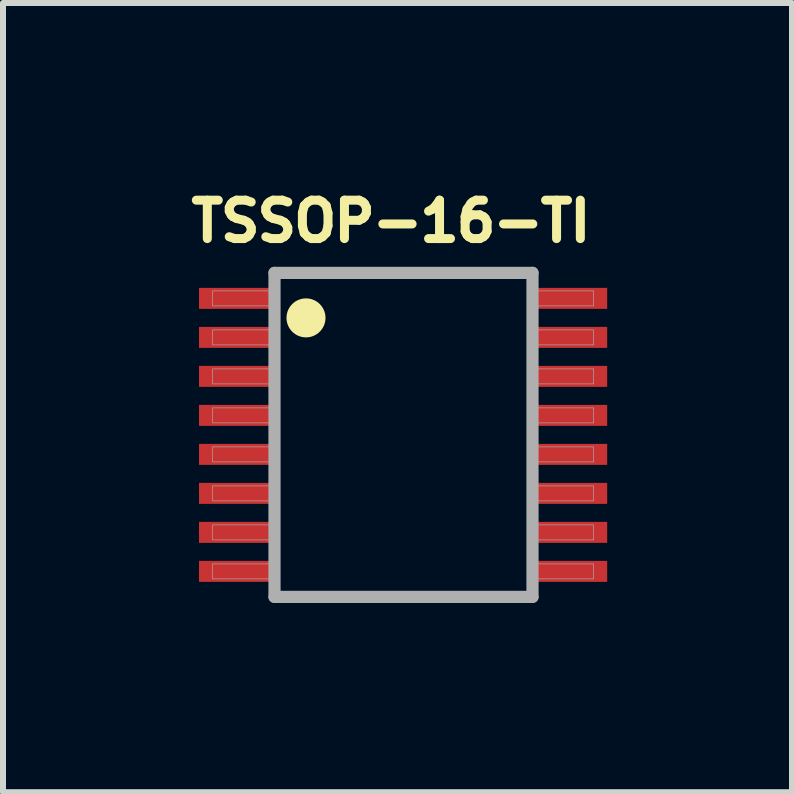
<source format=kicad_pcb>
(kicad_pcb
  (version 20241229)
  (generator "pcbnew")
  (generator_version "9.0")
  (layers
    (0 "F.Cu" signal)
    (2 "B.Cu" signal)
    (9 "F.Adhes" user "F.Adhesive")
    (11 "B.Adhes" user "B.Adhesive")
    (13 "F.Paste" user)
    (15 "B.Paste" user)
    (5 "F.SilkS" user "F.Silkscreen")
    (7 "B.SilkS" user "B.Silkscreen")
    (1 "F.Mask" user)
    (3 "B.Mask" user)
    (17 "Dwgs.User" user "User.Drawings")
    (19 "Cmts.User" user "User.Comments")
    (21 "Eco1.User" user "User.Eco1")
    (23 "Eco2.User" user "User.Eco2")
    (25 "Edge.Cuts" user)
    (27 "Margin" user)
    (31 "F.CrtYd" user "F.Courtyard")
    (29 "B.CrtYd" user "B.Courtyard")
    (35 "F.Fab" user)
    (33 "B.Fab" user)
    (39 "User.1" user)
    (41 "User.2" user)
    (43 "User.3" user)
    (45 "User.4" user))
  (footprint "TSSOP-16-TI"
    (layer "F.Cu")
    (at 3.675 4.198)
    (property "Reference" "TSSOP-16-TI" (at -0.207 -3.56 0) (layer "F.SilkS") (effects (font (size 0.64 0.64) (thickness 0.15))))
    (attr smd)
    (fp_poly (pts (xy -3.033 -2.95) (xy -2.583 -2.95) (xy -2.583 -1.6) (xy -3.033 -1.6)) (stroke (width 0.01) (type solid)) (fill yes) (layer "F.Mask"))
    (fp_poly (pts (xy -3.033 -2.3) (xy -2.583 -2.3) (xy -2.583 -0.95) (xy -3.033 -0.95)) (stroke (width 0.01) (type solid)) (fill yes) (layer "F.Mask"))
    (fp_poly (pts (xy -3.033 -1.65) (xy -2.583 -1.65) (xy -2.583 -0.3) (xy -3.033 -0.3)) (stroke (width 0.01) (type solid)) (fill yes) (layer "F.Mask"))
    (fp_poly (pts (xy -3.033 -1) (xy -2.583 -1) (xy -2.583 0.35) (xy -3.033 0.35)) (stroke (width 0.01) (type solid)) (fill yes) (layer "F.Mask"))
    (fp_poly (pts (xy -3.033 -0.35) (xy -2.583 -0.35) (xy -2.583 1) (xy -3.033 1)) (stroke (width 0.01) (type solid)) (fill yes) (layer "F.Mask"))
    (fp_poly (pts (xy -3.033 0.3) (xy -2.583 0.3) (xy -2.583 1.65) (xy -3.033 1.65)) (stroke (width 0.01) (type solid)) (fill yes) (layer "F.Mask"))
    (fp_poly (pts (xy -3.033 0.95) (xy -2.583 0.95) (xy -2.583 2.3) (xy -3.033 2.3)) (stroke (width 0.01) (type solid)) (fill yes) (layer "F.Mask"))
    (fp_poly (pts (xy -3.033 1.6) (xy -2.583 1.6) (xy -2.583 2.95) (xy -3.033 2.95)) (stroke (width 0.01) (type solid)) (fill yes) (layer "F.Mask"))
    (fp_poly (pts (xy 2.12 -2.5) (xy 3.47 -2.5) (xy 3.47 -2.05) (xy 2.12 -2.05)) (stroke (width 0.01) (type solid)) (fill yes) (layer "F.Mask"))
    (fp_poly (pts (xy 2.12 -1.85) (xy 3.47 -1.85) (xy 3.47 -1.4) (xy 2.12 -1.4)) (stroke (width 0.01) (type solid)) (fill yes) (layer "F.Mask"))
    (fp_poly (pts (xy 2.12 -1.2) (xy 3.47 -1.2) (xy 3.47 -0.75) (xy 2.12 -0.75)) (stroke (width 0.01) (type solid)) (fill yes) (layer "F.Mask"))
    (fp_poly (pts (xy 2.12 -0.55) (xy 3.47 -0.55) (xy 3.47 -0.1) (xy 2.12 -0.1)) (stroke (width 0.01) (type solid)) (fill yes) (layer "F.Mask"))
    (fp_poly (pts (xy 2.12 0.1) (xy 3.47 0.1) (xy 3.47 0.55) (xy 2.12 0.55)) (stroke (width 0.01) (type solid)) (fill yes) (layer "F.Mask"))
    (fp_poly (pts (xy 2.12 0.75) (xy 3.47 0.75) (xy 3.47 1.2) (xy 2.12 1.2)) (stroke (width 0.01) (type solid)) (fill yes) (layer "F.Mask"))
    (fp_poly (pts (xy 2.12 1.4) (xy 3.47 1.4) (xy 3.47 1.85) (xy 2.12 1.85)) (stroke (width 0.01) (type solid)) (fill yes) (layer "F.Mask"))
    (fp_poly (pts (xy 2.12 2.05) (xy 3.47 2.05) (xy 3.47 2.5) (xy 2.12 2.5)) (stroke (width 0.01) (type solid)) (fill yes) (layer "F.Mask"))
    (fp_circle (center -1.625 -1.95) (end -1.3 -1.95) (stroke (width 0) (type solid)) (fill yes) (layer "F.SilkS"))
    (fp_line (start -2.15 -2.7) (end -2.15 2.7) (stroke (width 0.203) (type solid)) (layer "F.Fab"))
    (fp_line (start -2.15 2.7) (end 2.15 2.7) (stroke (width 0.203) (type solid)) (layer "F.Fab"))
    (fp_line (start 2.15 -2.7) (end -2.15 -2.7) (stroke (width 0.203) (type solid)) (layer "F.Fab"))
    (fp_line (start 2.15 2.7) (end 2.15 -2.7) (stroke (width 0.203) (type solid)) (layer "F.Fab"))
    (fp_poly (pts (xy -3.183 -2.4) (xy -2.083 -2.4) (xy -2.083 -2.15) (xy -3.183 -2.15)) (stroke (width 0.01) (type solid)) (fill no) (layer "F.Fab"))
    (fp_poly (pts (xy -3.183 -1.75) (xy -2.083 -1.75) (xy -2.083 -1.5) (xy -3.183 -1.5)) (stroke (width 0.01) (type solid)) (fill no) (layer "F.Fab"))
    (fp_poly (pts (xy -3.183 -1.1) (xy -2.083 -1.1) (xy -2.083 -0.85) (xy -3.183 -0.85)) (stroke (width 0.01) (type solid)) (fill no) (layer "F.Fab"))
    (fp_poly (pts (xy -3.183 -0.45) (xy -2.083 -0.45) (xy -2.083 -0.2) (xy -3.183 -0.2)) (stroke (width 0.01) (type solid)) (fill no) (layer "F.Fab"))
    (fp_poly (pts (xy -3.183 0.2) (xy -2.083 0.2) (xy -2.083 0.45) (xy -3.183 0.45)) (stroke (width 0.01) (type solid)) (fill no) (layer "F.Fab"))
    (fp_poly (pts (xy -3.183 0.85) (xy -2.083 0.85) (xy -2.083 1.1) (xy -3.183 1.1)) (stroke (width 0.01) (type solid)) (fill no) (layer "F.Fab"))
    (fp_poly (pts (xy -3.183 1.5) (xy -2.083 1.5) (xy -2.083 1.75) (xy -3.183 1.75)) (stroke (width 0.01) (type solid)) (fill no) (layer "F.Fab"))
    (fp_poly (pts (xy -3.183 2.15) (xy -2.083 2.15) (xy -2.083 2.4) (xy -3.183 2.4)) (stroke (width 0.01) (type solid)) (fill no) (layer "F.Fab"))
    (fp_poly (pts (xy 2.07 -2.4) (xy 3.17 -2.4) (xy 3.17 -2.15) (xy 2.07 -2.15)) (stroke (width 0.01) (type solid)) (fill no) (layer "F.Fab"))
    (fp_poly (pts (xy 2.07 -1.75) (xy 3.17 -1.75) (xy 3.17 -1.5) (xy 2.07 -1.5)) (stroke (width 0.01) (type solid)) (fill no) (layer "F.Fab"))
    (fp_poly (pts (xy 2.07 -1.1) (xy 3.17 -1.1) (xy 3.17 -0.85) (xy 2.07 -0.85)) (stroke (width 0.01) (type solid)) (fill no) (layer "F.Fab"))
    (fp_poly (pts (xy 2.07 -0.45) (xy 3.17 -0.45) (xy 3.17 -0.2) (xy 2.07 -0.2)) (stroke (width 0.01) (type solid)) (fill no) (layer "F.Fab"))
    (fp_poly (pts (xy 2.07 0.2) (xy 3.17 0.2) (xy 3.17 0.45) (xy 2.07 0.45)) (stroke (width 0.01) (type solid)) (fill no) (layer "F.Fab"))
    (fp_poly (pts (xy 2.07 0.85) (xy 3.17 0.85) (xy 3.17 1.1) (xy 2.07 1.1)) (stroke (width 0.01) (type solid)) (fill no) (layer "F.Fab"))
    (fp_poly (pts (xy 2.07 1.5) (xy 3.17 1.5) (xy 3.17 1.75) (xy 2.07 1.75)) (stroke (width 0.01) (type solid)) (fill no) (layer "F.Fab"))
    (fp_poly (pts (xy 2.07 2.15) (xy 3.17 2.15) (xy 3.17 2.4) (xy 2.07 2.4)) (stroke (width 0.01) (type solid)) (fill no) (layer "F.Fab"))
    (pad "1" smd rect (at -2.808 -2.275) (size 1.2 0.35) (layers "F.Cu" "F.Paste"))
    (pad "2" smd rect (at -2.808 -1.625) (size 1.2 0.35) (layers "F.Cu" "F.Paste"))
    (pad "3" smd rect (at -2.808 -0.975) (size 1.2 0.35) (layers "F.Cu" "F.Paste"))
    (pad "4" smd rect (at -2.808 -0.325) (size 1.2 0.35) (layers "F.Cu" "F.Paste"))
    (pad "5" smd rect (at -2.808 0.325) (size 1.2 0.35) (layers "F.Cu" "F.Paste"))
    (pad "6" smd rect (at -2.808 0.975) (size 1.2 0.35) (layers "F.Cu" "F.Paste"))
    (pad "7" smd rect (at -2.808 1.625) (size 1.2 0.35) (layers "F.Cu" "F.Paste"))
    (pad "8" smd rect (at -2.808 2.275) (size 1.2 0.35) (layers "F.Cu" "F.Paste"))
    (pad "9" smd rect (at 2.795 2.275) (size 1.2 0.35) (layers "F.Cu" "F.Paste"))
    (pad "10" smd rect (at 2.795 1.625) (size 1.2 0.35) (layers "F.Cu" "F.Paste"))
    (pad "11" smd rect (at 2.795 0.975) (size 1.2 0.35) (layers "F.Cu" "F.Paste"))
    (pad "12" smd rect (at 2.795 0.325) (size 1.2 0.35) (layers "F.Cu" "F.Paste"))
    (pad "13" smd rect (at 2.795 -0.325) (size 1.2 0.35) (layers "F.Cu" "F.Paste"))
    (pad "14" smd rect (at 2.795 -0.975) (size 1.2 0.35) (layers "F.Cu" "F.Paste"))
    (pad "15" smd rect (at 2.795 -1.625) (size 1.2 0.35) (layers "F.Cu" "F.Paste"))
    (pad "16" smd rect (at 2.795 -2.275) (size 1.2 0.35) (layers "F.Cu" "F.Paste")))
  (gr_rect
    (start -3 -3)
    (end 10.15 10.153)
    (stroke (width 0.1) (type default))
    (fill no)
    (layer "Edge.Cuts")))
</source>
